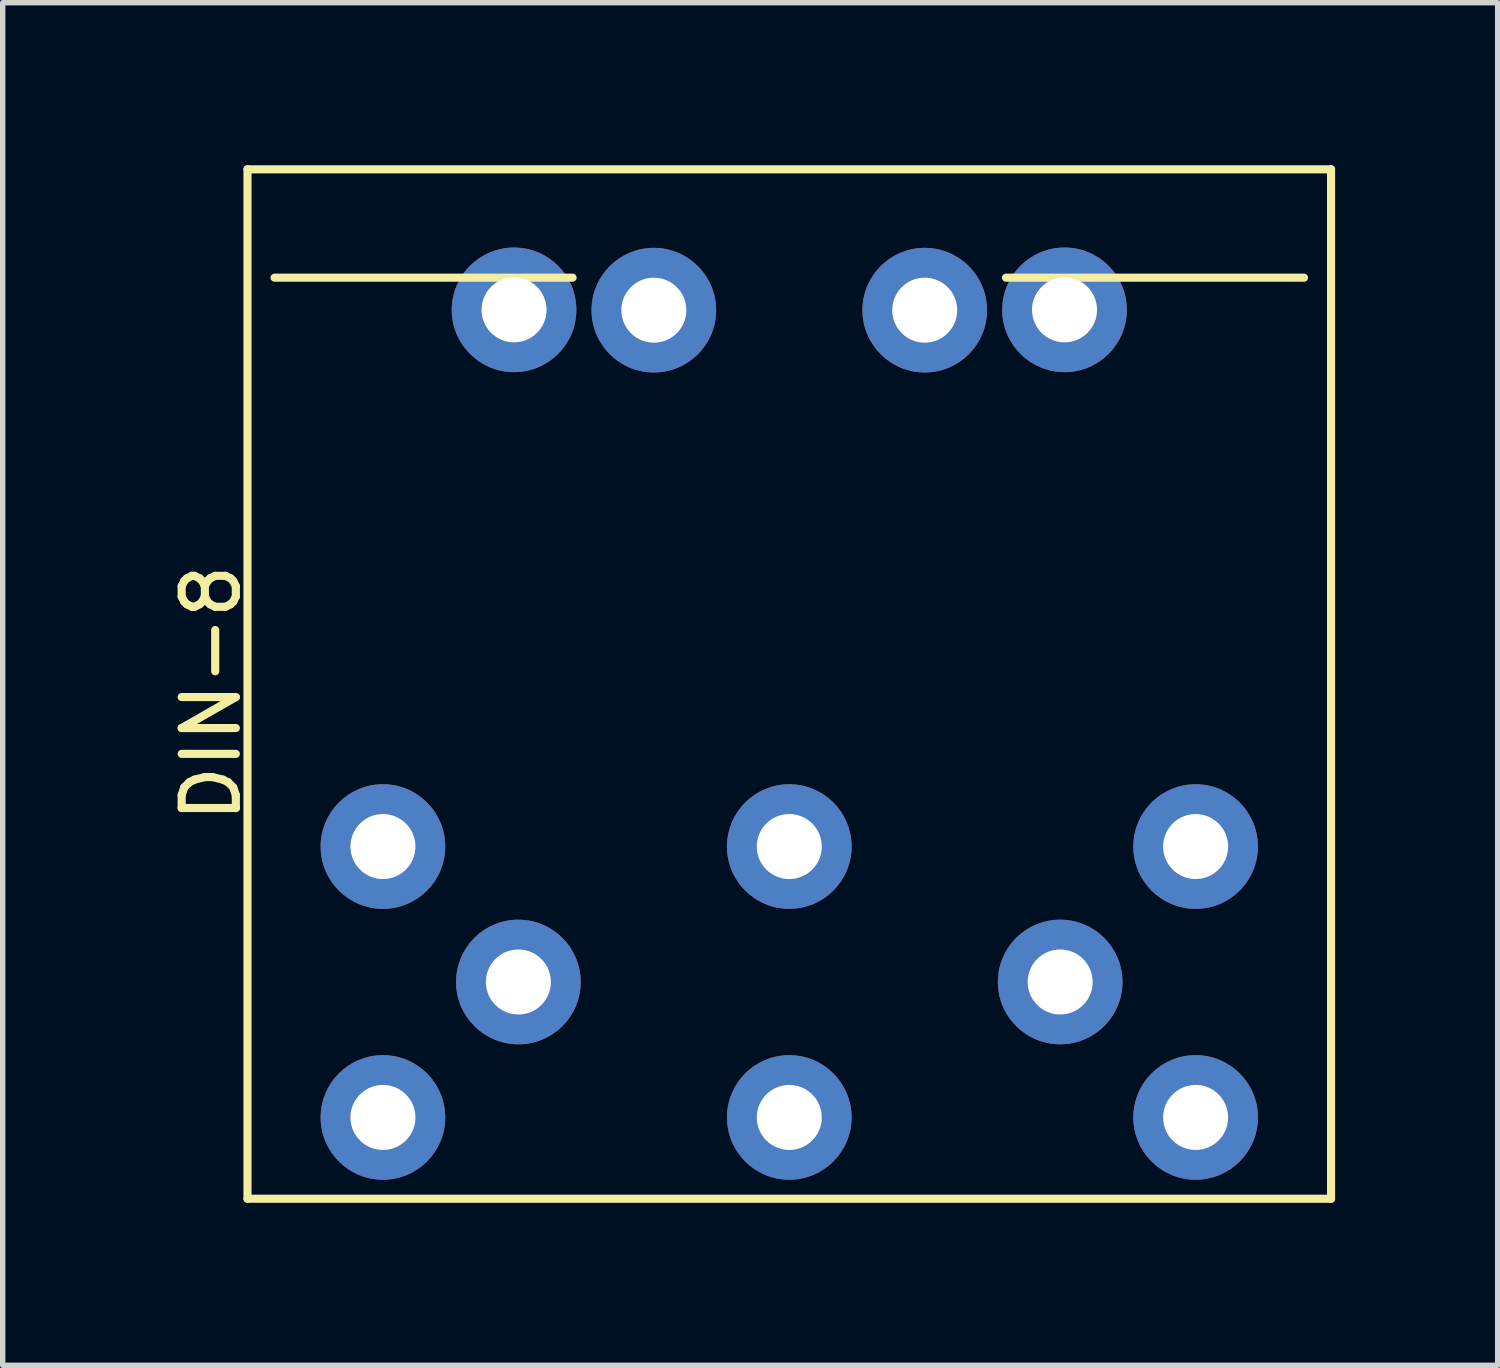
<source format=kicad_pcb>
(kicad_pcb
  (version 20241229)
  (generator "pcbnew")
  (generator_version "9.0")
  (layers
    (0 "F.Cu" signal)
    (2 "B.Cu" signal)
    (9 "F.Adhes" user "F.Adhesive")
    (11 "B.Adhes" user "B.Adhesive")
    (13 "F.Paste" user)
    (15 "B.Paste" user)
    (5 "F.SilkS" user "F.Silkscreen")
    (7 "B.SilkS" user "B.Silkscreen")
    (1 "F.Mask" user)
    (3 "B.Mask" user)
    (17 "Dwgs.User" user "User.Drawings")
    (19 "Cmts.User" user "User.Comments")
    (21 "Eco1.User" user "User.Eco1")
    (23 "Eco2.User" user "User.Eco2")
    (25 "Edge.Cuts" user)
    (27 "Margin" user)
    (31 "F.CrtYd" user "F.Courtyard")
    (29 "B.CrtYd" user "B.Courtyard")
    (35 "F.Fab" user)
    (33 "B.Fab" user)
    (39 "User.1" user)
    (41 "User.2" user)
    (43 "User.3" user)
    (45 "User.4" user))
  (footprint "DIN-8"
    (layer "F.Cu")
    (at 11.518 12.575)
    (property "Reference" "DIN-8" (at -10.67 -2.83 270) (layer "F.SilkS") (effects (font (size 1 1) (thickness 0.15))))
    (attr through_hole)
    (fp_line (start -10 -12.5) (end -10 6.5) (stroke (width 0.15) (type solid)) (layer "F.SilkS"))
    (fp_line (start -10 6.5) (end 10 6.5) (stroke (width 0.15) (type solid)) (layer "F.SilkS"))
    (fp_line (start -9.5 -10.5) (end -4 -10.5) (stroke (width 0.15) (type solid)) (layer "F.SilkS"))
    (fp_line (start 4 -10.5) (end 9.5 -10.5) (stroke (width 0.15) (type solid)) (layer "F.SilkS"))
    (fp_line (start 10 -12.5) (end -10 -12.5) (stroke (width 0.15) (type solid)) (layer "F.SilkS"))
    (fp_line (start 10 6.5) (end 10 -12.5) (stroke (width 0.15) (type solid)) (layer "F.SilkS"))
    (pad "" thru_hole circle (at -5.08 -9.906) (size 2.3 2.3) (drill 1.2) (layers "*.Cu" "*.Mask"))
    (pad "" thru_hole circle (at -2.5 -9.9) (size 2.3 2.3) (drill 1.2) (layers "*.Cu" "*.Mask"))
    (pad "" thru_hole circle (at 2.5 -9.9) (size 2.3 2.3) (drill 1.2) (layers "*.Cu" "*.Mask"))
    (pad "" thru_hole circle (at 5.08 -9.906) (size 2.3 2.3) (drill 1.2) (layers "*.Cu" "*.Mask"))
    (pad "1" thru_hole circle (at -7.5 0) (size 2.3 2.3) (drill 1.2) (layers "*.Cu" "*.Mask"))
    (pad "2" thru_hole circle (at 0 0) (size 2.3 2.3) (drill 1.2) (layers "*.Cu" "*.Mask"))
    (pad "3" thru_hole circle (at 7.5 0) (size 2.3 2.3) (drill 1.2) (layers "*.Cu" "*.Mask"))
    (pad "4" thru_hole circle (at -5 2.5) (size 2.3 2.3) (drill 1.2) (layers "*.Cu" "*.Mask"))
    (pad "5" thru_hole circle (at 5 2.5) (size 2.3 2.3) (drill 1.2) (layers "*.Cu" "*.Mask"))
    (pad "6" thru_hole circle (at -7.5 5) (size 2.3 2.3) (drill 1.2) (layers "*.Cu" "*.Mask"))
    (pad "7" thru_hole circle (at 7.5 5) (size 2.3 2.3) (drill 1.2) (layers "*.Cu" "*.Mask"))
    (pad "8" thru_hole circle (at 0 5) (size 2.3 2.3) (drill 1.2) (layers "*.Cu" "*.Mask")))
  (gr_rect
    (start -3 -3)
    (end 24.593 22.15)
    (stroke (width 0.1) (type default))
    (fill no)
    (layer "Edge.Cuts")))
</source>
